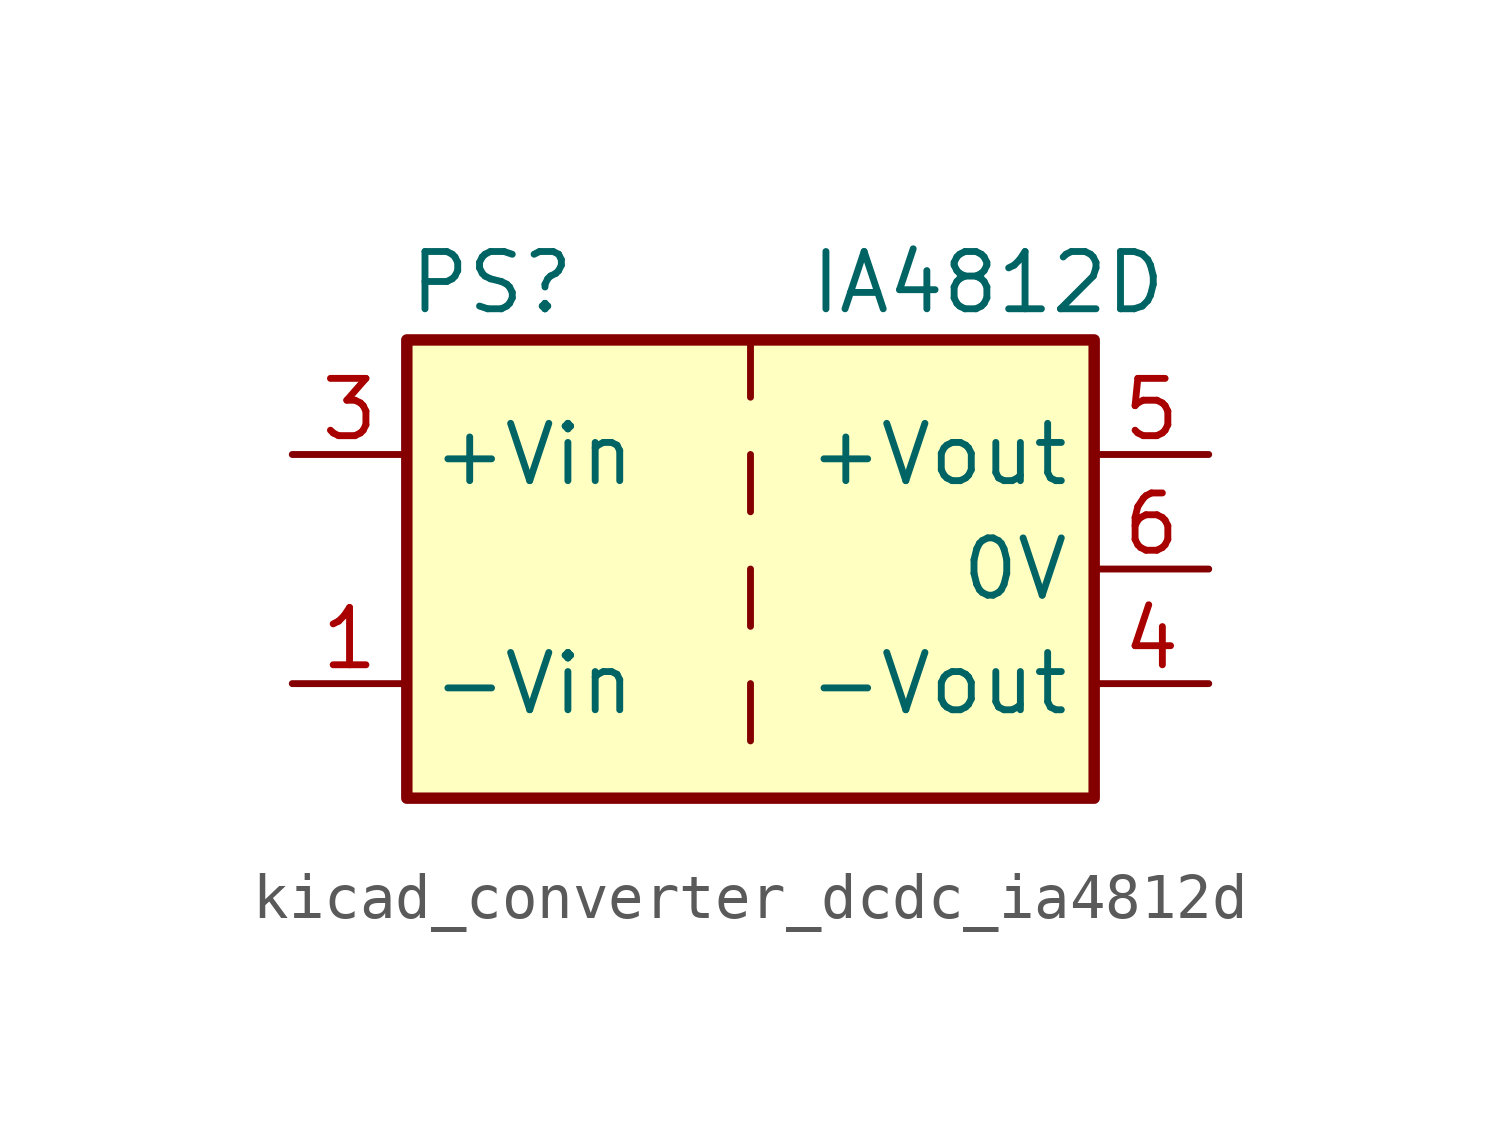
<source format=kicad_sym>
(kicad_symbol_lib
  (version 20220914)
  (generator kicad_symbol_editor)
  (symbol "kicad_converter_dcdc_ia4812d"
    (property "Reference" "PS"
      (at -7.62 6.35 0)
      (effects (font (size 1.27 1.27)) (justify left)))
    (property "Value" "IA4812D"
      (at 1.27 6.35 0)
      (effects (font (size 1.27 1.27)) (justify left)))
    (symbol "kicad_converter_dcdc_ia4812d_0_0"
      (pin power_in line (at -10.16 -2.54 0) (length 2.54) (name "-Vin" (effects (font (size 1.27 1.27)))) (number "1" (effects (font (size 1.27 1.27)))))
      (pin power_in line (at -10.16 2.54 0) (length 2.54) (name "+Vin" (effects (font (size 1.27 1.27)))) (number "3" (effects (font (size 1.27 1.27)))))
      (pin power_out line (at 10.16 -2.54 180) (length 2.54) (name "-Vout" (effects (font (size 1.27 1.27)))) (number "4" (effects (font (size 1.27 1.27)))))
      (pin power_out line (at 10.16 2.54 180) (length 2.54) (name "+Vout" (effects (font (size 1.27 1.27)))) (number "5" (effects (font (size 1.27 1.27)))))
      (pin power_out line (at 10.16 0 180) (length 2.54) (name "0V" (effects (font (size 1.27 1.27)))) (number "6" (effects (font (size 1.27 1.27))))))
    (symbol "kicad_converter_dcdc_ia4812d_0_1"
      (rectangle (start -7.62 5.08) (end 7.62 -5.08) (stroke (width 0.254) (type default)) (fill (type background)))
      (polyline (pts (xy 0 -2.54) (xy 0 -3.81)) (stroke (width 0) (type default)) (fill (type none)))
      (polyline (pts (xy 0 0) (xy 0 -1.27)) (stroke (width 0) (type default)) (fill (type none)))
      (polyline (pts (xy 0 2.54) (xy 0 1.27)) (stroke (width 0) (type default)) (fill (type none)))
      (polyline (pts (xy 0 5.08) (xy 0 3.81)) (stroke (width 0) (type default)) (fill (type none))))
    (symbol "kicad_converter_dcdc_ia4812d_1_1"
      (pin no_connect line (at 0 -5.08 90) (length 2.54) hide (name "NC" (effects (font (size 1.27 1.27)))) (number "2" (effects (font (size 1.27 1.27))))))))
</source>
